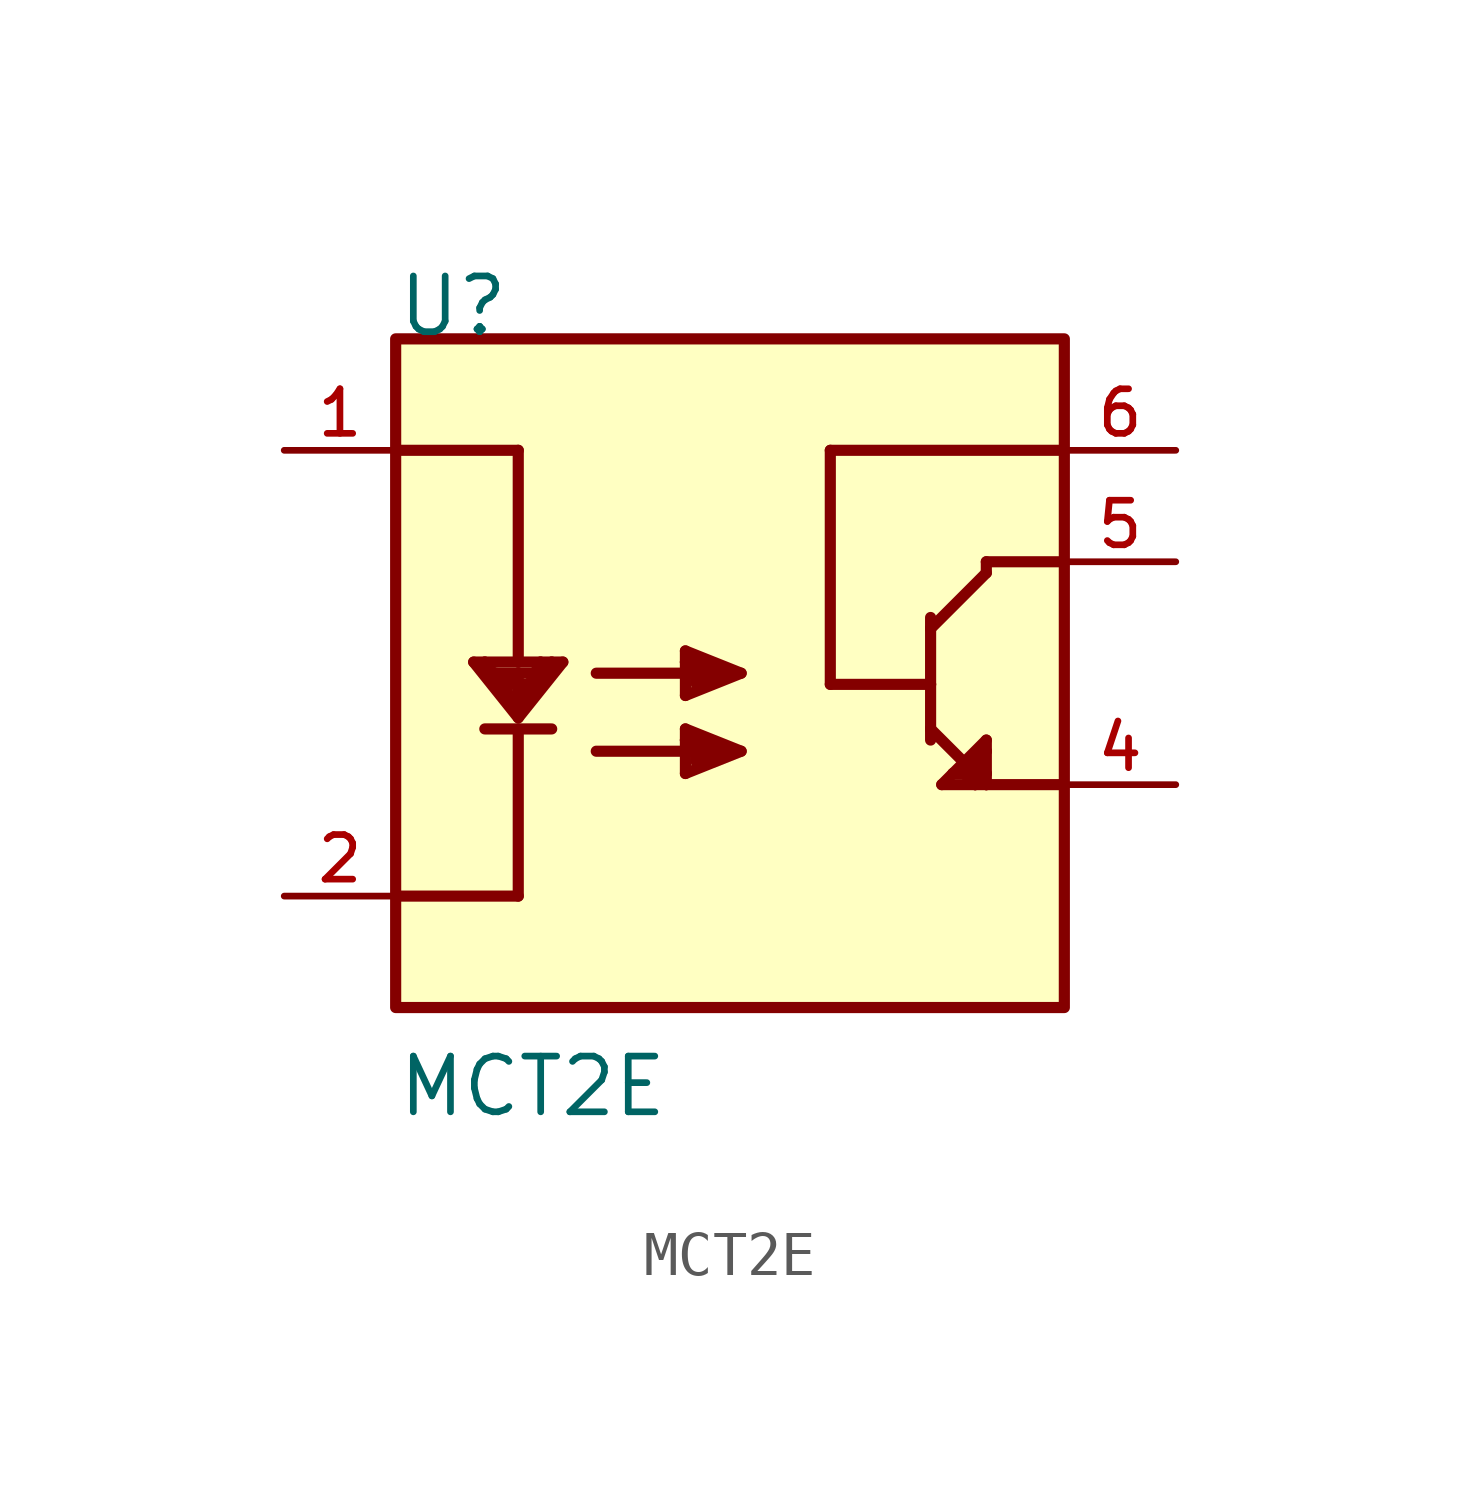
<source format=kicad_sym>
(kicad_symbol_lib
  (version 20211014)
  (generator kicad_symbol_editor)
  (symbol "MCT2E"
    (pin_names
      (offset 1.016))
    (property "Reference" "U"
      (at -7.62 7.62 0)
      (effects (font (size 1.27 1.27)) (justify bottom left)))
    (property "Value" "MCT2E"
      (at -7.62 -10.16 0)
      (effects (font (size 1.27 1.27)) (justify bottom left)))
    (symbol "MCT2E_0_0"
      (polyline (pts (xy -7.62 5.08) (xy -4.826 5.08)) (stroke (width 0.254)))
      (polyline (pts (xy -4.826 5.08) (xy -4.826 0.254)) (stroke (width 0.254)))
      (polyline (pts (xy -4.826 0.254) (xy -4.318 0.254)) (stroke (width 0.254)))
      (polyline (pts (xy -4.064 0.254) (xy -3.81 0.254)) (stroke (width 0.254)))
      (polyline (pts (xy -4.826 0.254) (xy -5.588 0.254)) (stroke (width 0.254)))
      (polyline (pts (xy -5.588 0.254) (xy -5.842 0.254)) (stroke (width 0.254)))
      (polyline (pts (xy -5.842 0.254) (xy -4.826 -1.016)) (stroke (width 0.254)))
      (polyline (pts (xy -4.826 -1.016) (xy -3.81 0.254)) (stroke (width 0.254)))
      (polyline (pts (xy -5.588 -1.27) (xy -4.064 -1.27)) (stroke (width 0.254)))
      (polyline (pts (xy -4.826 -1.27) (xy -4.826 -5.08)) (stroke (width 0.254)))
      (polyline (pts (xy -4.826 -5.08) (xy -7.62 -5.08)) (stroke (width 0.254)))
      (polyline (pts (xy 7.62 2.54) (xy 5.842 2.54)) (stroke (width 0.254)))
      (polyline (pts (xy 5.842 2.54) (xy 5.842 2.286)) (stroke (width 0.254)))
      (polyline (pts (xy 5.842 2.286) (xy 4.572 1.016)) (stroke (width 0.254)))
      (polyline (pts (xy 4.572 1.016) (xy 4.572 -0.254)) (stroke (width 0.254)))
      (polyline (pts (xy 4.572 -0.254) (xy 4.572 -1.27)) (stroke (width 0.254)))
      (polyline (pts (xy 4.572 -1.27) (xy 5.842 -2.54)) (stroke (width 0.254)))
      (polyline (pts (xy 5.842 -2.54) (xy 7.62 -2.54)) (stroke (width 0.254)))
      (polyline (pts (xy 5.842 -2.286) (xy 5.842 -1.778)) (stroke (width 0.254)))
      (polyline (pts (xy 5.842 -1.778) (xy 5.842 -1.524)) (stroke (width 0.254)))
      (polyline (pts (xy 5.842 -1.524) (xy 5.08 -2.286)) (stroke (width 0.254)))
      (polyline (pts (xy 5.08 -2.286) (xy 4.826 -2.54)) (stroke (width 0.254)))
      (polyline (pts (xy 4.826 -2.54) (xy 5.588 -2.54)) (stroke (width 0.254)))
      (polyline (pts (xy 5.588 -2.54) (xy 5.842 -2.54)) (stroke (width 0.254)))
      (polyline (pts (xy 5.842 -2.54) (xy 5.842 -2.286)) (stroke (width 0.254)))
      (polyline (pts (xy 5.842 -2.286) (xy 5.588 -2.032)) (stroke (width 0.254)))
      (polyline (pts (xy 5.588 -2.032) (xy 5.334 -2.286)) (stroke (width 0.254)))
      (polyline (pts (xy 5.08 -2.286) (xy 5.334 -2.286)) (stroke (width 0.254)))
      (polyline (pts (xy 5.334 -2.286) (xy 5.588 -2.54)) (stroke (width 0.254)))
      (polyline (pts (xy 5.588 -2.54) (xy 5.588 -2.032)) (stroke (width 0.254)))
      (polyline (pts (xy 5.588 -2.032) (xy 5.842 -1.778)) (stroke (width 0.254)))
      (polyline (pts (xy 4.572 -1.27) (xy 4.572 -1.524)) (stroke (width 0.254)))
      (polyline (pts (xy 4.572 1.016) (xy 4.572 1.27)) (stroke (width 0.254)))
      (polyline (pts (xy -3.048 0.0) (xy -0.762 0.0)) (stroke (width 0.254)))
      (polyline (pts (xy -0.762 0.0) (xy -0.254 0.0)) (stroke (width 0.254)))
      (polyline (pts (xy -0.254 0.0) (xy 0.0 0.0)) (stroke (width 0.254)))
      (polyline (pts (xy -1.016 0.508) (xy 0.254 0.0)) (stroke (width 0.254)))
      (polyline (pts (xy 0.254 0.0) (xy -1.016 -0.508)) (stroke (width 0.254)))
      (polyline (pts (xy 4.572 -0.254) (xy 2.286 -0.254)) (stroke (width 0.254)))
      (polyline (pts (xy 2.286 -0.254) (xy 2.286 5.08)) (stroke (width 0.254)))
      (polyline (pts (xy 2.286 5.08) (xy 7.62 5.08)) (stroke (width 0.254)))
      (polyline (pts (xy -1.016 0.508) (xy -1.016 0.254)) (stroke (width 0.254)))
      (polyline (pts (xy -1.016 0.254) (xy -1.016 -0.508)) (stroke (width 0.254)))
      (polyline (pts (xy -1.016 0.254) (xy -0.254 0.0)) (stroke (width 0.254)))
      (polyline (pts (xy -0.254 0.0) (xy -0.762 -0.254)) (stroke (width 0.254)))
      (polyline (pts (xy -0.762 -0.254) (xy -0.762 0.0)) (stroke (width 0.254)))
      (polyline (pts (xy -3.048 -1.778) (xy -0.762 -1.778)) (stroke (width 0.254)))
      (polyline (pts (xy -0.762 -1.778) (xy -0.254 -1.778)) (stroke (width 0.254)))
      (polyline (pts (xy -0.254 -1.778) (xy 0.0 -1.778)) (stroke (width 0.254)))
      (polyline (pts (xy -1.016 -1.27) (xy 0.254 -1.778)) (stroke (width 0.254)))
      (polyline (pts (xy 0.254 -1.778) (xy -1.016 -2.286)) (stroke (width 0.254)))
      (polyline (pts (xy -1.016 -1.27) (xy -1.016 -1.524)) (stroke (width 0.254)))
      (polyline (pts (xy -1.016 -1.524) (xy -1.016 -2.286)) (stroke (width 0.254)))
      (polyline (pts (xy -1.016 -1.524) (xy -0.254 -1.778)) (stroke (width 0.254)))
      (polyline (pts (xy -0.254 -1.778) (xy -0.762 -2.032)) (stroke (width 0.254)))
      (polyline (pts (xy -0.762 -2.032) (xy -0.762 -1.778)) (stroke (width 0.254)))
      (polyline (pts (xy -5.588 0.254) (xy -4.826 -0.762)) (stroke (width 0.254)))
      (polyline (pts (xy -4.826 -0.762) (xy -4.572 -0.254)) (stroke (width 0.254)))
      (polyline (pts (xy -4.572 -0.254) (xy -4.318 0.254)) (stroke (width 0.254)))
      (polyline (pts (xy -4.318 0.254) (xy -4.064 0.254)) (stroke (width 0.254)))
      (polyline (pts (xy -4.064 0.254) (xy -4.826 -0.762)) (stroke (width 0.254)))
      (polyline (pts (xy -4.826 -0.762) (xy -4.826 -0.254)) (stroke (width 0.254)))
      (polyline (pts (xy -4.826 -0.254) (xy -4.826 0.0)) (stroke (width 0.254)))
      (polyline (pts (xy -4.826 0.0) (xy -4.318 0.0)) (stroke (width 0.254)))
      (polyline (pts (xy -4.826 0.0) (xy -5.334 0.0)) (stroke (width 0.254)))
      (polyline (pts (xy -5.334 0.0) (xy -4.826 -0.254)) (stroke (width 0.254)))
      (polyline (pts (xy -4.826 -0.254) (xy -4.572 -0.254)) (stroke (width 0.254)))
      (polyline (pts (xy -4.826 -0.254) (xy -5.08 -0.254)) (stroke (width 0.254)))
      (rectangle (start -7.62 -7.62) (end 7.62 7.62) (stroke (width 0.254)) (fill (type background)))
      (pin passive line (at -10.16 5.08 0) (length 2.54) (name "~" (effects (font (size 1.016 1.016)))) (number "1" (effects (font (size 1.016 1.016)))))
      (pin passive line (at -10.16 -5.08 0) (length 2.54) (name "~" (effects (font (size 1.016 1.016)))) (number "2" (effects (font (size 1.016 1.016)))))
      (pin passive line (at 10.16 2.54 180.0) (length 2.54) (name "~" (effects (font (size 1.016 1.016)))) (number "5" (effects (font (size 1.016 1.016)))))
      (pin passive line (at 10.16 -2.54 180.0) (length 2.54) (name "~" (effects (font (size 1.016 1.016)))) (number "4" (effects (font (size 1.016 1.016)))))
      (pin passive line (at 10.16 5.08 180.0) (length 2.54) (name "~" (effects (font (size 1.016 1.016)))) (number "6" (effects (font (size 1.016 1.016))))))))
</source>
